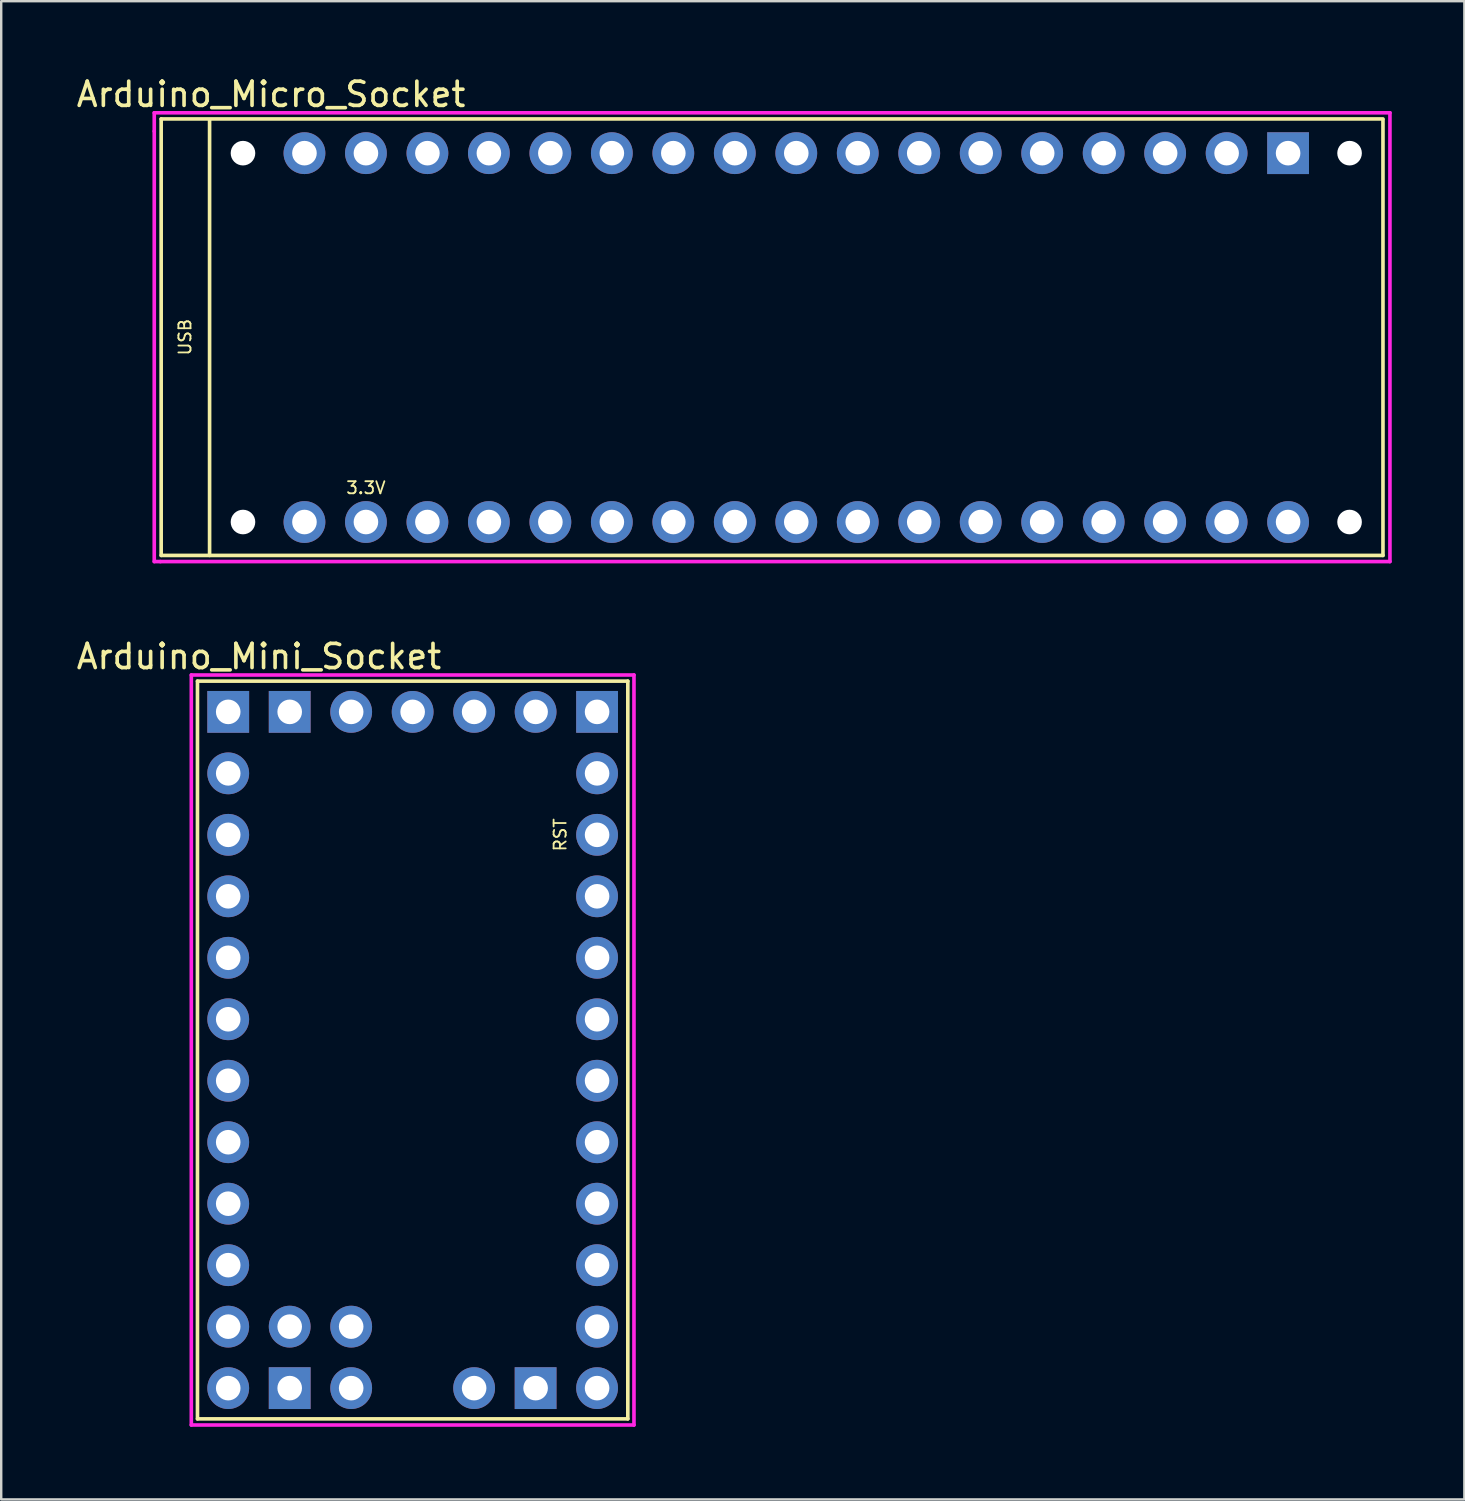
<source format=kicad_pcb>
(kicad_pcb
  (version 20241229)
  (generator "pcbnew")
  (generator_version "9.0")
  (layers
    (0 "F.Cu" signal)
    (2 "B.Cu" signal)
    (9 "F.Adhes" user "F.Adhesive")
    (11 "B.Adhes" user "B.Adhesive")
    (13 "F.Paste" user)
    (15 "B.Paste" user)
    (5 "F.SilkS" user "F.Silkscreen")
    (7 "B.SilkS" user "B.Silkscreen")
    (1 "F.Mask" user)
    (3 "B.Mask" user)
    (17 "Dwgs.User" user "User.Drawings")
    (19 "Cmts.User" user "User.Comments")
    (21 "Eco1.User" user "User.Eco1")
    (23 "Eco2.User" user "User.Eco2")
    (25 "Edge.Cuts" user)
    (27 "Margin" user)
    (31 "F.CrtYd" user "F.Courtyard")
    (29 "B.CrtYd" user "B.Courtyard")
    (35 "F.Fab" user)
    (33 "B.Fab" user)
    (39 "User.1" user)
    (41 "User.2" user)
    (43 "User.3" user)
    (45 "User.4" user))
  (footprint "Arduino_Micro_Socket"
    (layer "F.Cu")
    (at 5.609 19.898)
    (property "Reference" "Arduino_Micro_Socket" (at 2.54 -19.05 0) (layer "F.SilkS") (effects (font (size 1 1) (thickness 0.15))))
    (attr through_hole)
    (fp_line (start -2 -18.034) (end -2 0) (stroke (width 0.15) (type solid)) (layer "F.SilkS"))
    (fp_line (start -2 -18.034) (end 48.48 -18.034) (stroke (width 0.15) (type solid)) (layer "F.SilkS"))
    (fp_line (start -2 0) (end 48.48 0) (stroke (width 0.15) (type solid)) (layer "F.SilkS"))
    (fp_line (start 0 -18) (end 0 0) (stroke (width 0.15) (type solid)) (layer "F.SilkS"))
    (fp_line (start 48.48 -18) (end 48.48 0) (stroke (width 0.15) (type solid)) (layer "F.SilkS"))
    (fp_line (start -2.286 -18.288) (end 48.768 -18.288) (stroke (width 0.15) (type solid)) (layer "F.CrtYd"))
    (fp_line (start -2.286 -17.526) (end -2.286 -18.288) (stroke (width 0.15) (type solid)) (layer "F.CrtYd"))
    (fp_line (start -2.286 0.254) (end -2.286 -17.526) (stroke (width 0.15) (type solid)) (layer "F.CrtYd"))
    (fp_line (start -2.032 0.254) (end -2.286 0.254) (stroke (width 0.15) (type solid)) (layer "F.CrtYd"))
    (fp_line (start 48.768 -18.288) (end 48.768 0.254) (stroke (width 0.15) (type solid)) (layer "F.CrtYd"))
    (fp_line (start 48.768 0.254) (end -2.032 0.254) (stroke (width 0.15) (type solid)) (layer "F.CrtYd"))
    (fp_text user "USB" (at -1.016 -9.017 90) (layer "F.SilkS") (effects (font (size 0.5 0.5) (thickness 0.075))))
    (fp_text user "3.3V" (at 6.46 -2.794 0) (layer "F.SilkS") (effects (font (size 0.5 0.5) (thickness 0.075))))
    (pad "" np_thru_hole circle (at 1.38 -16.62) (size 1.016 1.016) (drill 1.016) (layers "*.Cu" "*.Mask"))
    (pad "" np_thru_hole circle (at 1.38 -1.38) (size 1.016 1.016) (drill 1.016) (layers "*.Cu" "*.Mask"))
    (pad "" thru_hole oval (at 26.78 -1.38) (size 1.727 1.727) (drill 1.016) (layers "*.Cu" "*.Mask"))
    (pad "" thru_hole oval (at 29.32 -1.38) (size 1.727 1.727) (drill 1.016) (layers "*.Cu" "*.Mask"))
    (pad "" np_thru_hole circle (at 47.1 -16.62) (size 1.016 1.016) (drill 1.016) (layers "*.Cu" "*.Mask"))
    (pad "" np_thru_hole circle (at 47.1 -1.38) (size 1.016 1.016) (drill 1.016) (layers "*.Cu" "*.Mask"))
    (pad "3V3" thru_hole oval (at 6.46 -1.38) (size 1.727 1.727) (drill 1.016) (layers "*.Cu" "*.Mask"))
    (pad "5V" thru_hole oval (at 31.86 -1.38) (size 1.727 1.727) (drill 1.016) (layers "*.Cu" "*.Mask"))
    (pad "A0" thru_hole oval (at 11.54 -1.38) (size 1.727 1.727) (drill 1.016) (layers "*.Cu" "*.Mask"))
    (pad "A1" thru_hole oval (at 14.08 -1.38) (size 1.727 1.727) (drill 1.016) (layers "*.Cu" "*.Mask"))
    (pad "A2" thru_hole oval (at 16.62 -1.38) (size 1.727 1.727) (drill 1.016) (layers "*.Cu" "*.Mask"))
    (pad "A3" thru_hole oval (at 19.16 -1.38) (size 1.727 1.727) (drill 1.016) (layers "*.Cu" "*.Mask"))
    (pad "A4" thru_hole oval (at 21.7 -1.38) (size 1.727 1.727) (drill 1.016) (layers "*.Cu" "*.Mask"))
    (pad "A5" thru_hole oval (at 24.24 -1.38) (size 1.727 1.727) (drill 1.016) (layers "*.Cu" "*.Mask"))
    (pad "AREF" thru_hole oval (at 9 -1.38) (size 1.727 1.727) (drill 1.016) (layers "*.Cu" "*.Mask"))
    (pad "D0" thru_hole oval (at 36.94 -16.62) (size 1.727 1.727) (drill 1.016) (layers "*.Cu" "*.Mask"))
    (pad "D1" thru_hole oval (at 39.48 -16.62) (size 1.727 1.727) (drill 1.016) (layers "*.Cu" "*.Mask"))
    (pad "D2" thru_hole oval (at 29.32 -16.62) (size 1.727 1.727) (drill 1.016) (layers "*.Cu" "*.Mask"))
    (pad "D3" thru_hole oval (at 26.78 -16.62) (size 1.727 1.727) (drill 1.016) (layers "*.Cu" "*.Mask"))
    (pad "D4" thru_hole oval (at 24.24 -16.62) (size 1.727 1.727) (drill 1.016) (layers "*.Cu" "*.Mask"))
    (pad "D5" thru_hole oval (at 21.7 -16.62) (size 1.727 1.727) (drill 1.016) (layers "*.Cu" "*.Mask"))
    (pad "D6" thru_hole oval (at 19.16 -16.62) (size 1.727 1.727) (drill 1.016) (layers "*.Cu" "*.Mask"))
    (pad "D7" thru_hole oval (at 16.62 -16.62) (size 1.727 1.727) (drill 1.016) (layers "*.Cu" "*.Mask"))
    (pad "D8" thru_hole oval (at 14.08 -16.62) (size 1.727 1.727) (drill 1.016) (layers "*.Cu" "*.Mask"))
    (pad "D9" thru_hole oval (at 11.54 -16.62) (size 1.727 1.727) (drill 1.016) (layers "*.Cu" "*.Mask"))
    (pad "D10" thru_hole oval (at 9 -16.62) (size 1.727 1.727) (drill 1.016) (layers "*.Cu" "*.Mask"))
    (pad "D11" thru_hole oval (at 6.46 -16.62) (size 1.727 1.727) (drill 1.016) (layers "*.Cu" "*.Mask"))
    (pad "D12" thru_hole oval (at 3.92 -16.62) (size 1.727 1.727) (drill 1.016) (layers "*.Cu" "*.Mask"))
    (pad "D13" thru_hole oval (at 3.92 -1.38) (size 1.727 1.727) (drill 1.016) (layers "*.Cu" "*.Mask"))
    (pad "GND1" thru_hole oval (at 36.94 -1.38) (size 1.727 1.727) (drill 1.016) (layers "*.Cu" "*.Mask"))
    (pad "GND2" thru_hole oval (at 31.86 -16.62) (size 1.727 1.727) (drill 1.016) (layers "*.Cu" "*.Mask"))
    (pad "MISO" thru_hole oval (at 42.02 -1.38) (size 1.727 1.727) (drill 1.016) (layers "*.Cu" "*.Mask"))
    (pad "MOSI" thru_hole rect (at 44.56 -16.62) (size 1.727 1.727) (drill 1.016) (layers "*.Cu" "*.Mask"))
    (pad "RST1" thru_hole oval (at 34.4 -1.38) (size 1.727 1.727) (drill 1.016) (layers "*.Cu" "*.Mask"))
    (pad "RST2" thru_hole oval (at 34.4 -16.62) (size 1.727 1.727) (drill 1.016) (layers "*.Cu" "*.Mask"))
    (pad "SCK" thru_hole oval (at 44.56 -1.38) (size 1.727 1.727) (drill 1.016) (layers "*.Cu" "*.Mask"))
    (pad "SS" thru_hole oval (at 42.02 -16.62) (size 1.727 1.727) (drill 1.016) (layers "*.Cu" "*.Mask"))
    (pad "VIN" thru_hole oval (at 39.48 -1.38) (size 1.727 1.727) (drill 1.016) (layers "*.Cu" "*.Mask")))
  (footprint "Arduino_Mini_Socket"
    (layer "F.Cu")
    (at 5.109 55.572)
    (property "Reference" "Arduino_Mini_Socket" (at 2.54 -31.496 0) (layer "F.SilkS") (effects (font (size 1 1) (thickness 0.15))))
    (attr through_hole)
    (fp_line (start 0 -30.48) (end 17.78 -30.48) (stroke (width 0.15) (type solid)) (layer "F.SilkS"))
    (fp_line (start 0 0) (end 0 -30.48) (stroke (width 0.15) (type solid)) (layer "F.SilkS"))
    (fp_line (start 17.78 -30.48) (end 17.78 0) (stroke (width 0.15) (type solid)) (layer "F.SilkS"))
    (fp_line (start 17.78 0) (end 0 0) (stroke (width 0.15) (type solid)) (layer "F.SilkS"))
    (fp_line (start -0.254 -30.734) (end 18.034 -30.734) (stroke (width 0.15) (type solid)) (layer "F.CrtYd"))
    (fp_line (start -0.254 0.254) (end -0.254 -30.734) (stroke (width 0.15) (type solid)) (layer "F.CrtYd"))
    (fp_line (start 18.034 -30.734) (end 18.034 0.254) (stroke (width 0.15) (type solid)) (layer "F.CrtYd"))
    (fp_line (start 18.034 0.254) (end -0.254 0.254) (stroke (width 0.15) (type solid)) (layer "F.CrtYd"))
    (fp_text user "RST" (at 14.986 -24.13 90) (layer "F.SilkS") (effects (font (size 0.5 0.5) (thickness 0.075))))
    (pad "5V1" thru_hole circle (at 16.51 -21.59) (size 1.727 1.727) (drill 1.016) (layers "*.Cu" "*.Mask"))
    (pad "5V2" thru_hole circle (at 11.43 -29.21) (size 1.727 1.727) (drill 1.016) (layers "*.Cu" "*.Mask"))
    (pad "5V3" thru_hole circle (at 11.43 -1.27) (size 1.727 1.727) (drill 1.016) (layers "*.Cu" "*.Mask"))
    (pad "A0" thru_hole circle (at 16.51 -11.43) (size 1.727 1.727) (drill 1.016) (layers "*.Cu" "*.Mask"))
    (pad "A1" thru_hole circle (at 16.51 -13.97) (size 1.727 1.727) (drill 1.016) (layers "*.Cu" "*.Mask"))
    (pad "A2" thru_hole circle (at 16.51 -16.51) (size 1.727 1.727) (drill 1.016) (layers "*.Cu" "*.Mask"))
    (pad "A3" thru_hole circle (at 16.51 -19.05) (size 1.727 1.727) (drill 1.016) (layers "*.Cu" "*.Mask"))
    (pad "A4" thru_hole rect (at 3.81 -1.27) (size 1.727 1.727) (drill 1.016) (layers "*.Cu" "*.Mask"))
    (pad "A5" thru_hole circle (at 6.35 -1.27) (size 1.727 1.727) (drill 1.016) (layers "*.Cu" "*.Mask"))
    (pad "A6" thru_hole circle (at 3.81 -3.81) (size 1.727 1.727) (drill 1.016) (layers "*.Cu" "*.Mask"))
    (pad "A7" thru_hole circle (at 6.35 -3.81) (size 1.727 1.727) (drill 1.016) (layers "*.Cu" "*.Mask"))
    (pad "D0" thru_hole circle (at 1.27 -26.67) (size 1.727 1.727) (drill 1.016) (layers "*.Cu" "*.Mask"))
    (pad "D1" thru_hole rect (at 1.27 -29.21) (size 1.727 1.727) (drill 1.016) (layers "*.Cu" "*.Mask"))
    (pad "D2" thru_hole circle (at 1.27 -19.05) (size 1.727 1.727) (drill 1.016) (layers "*.Cu" "*.Mask"))
    (pad "D3" thru_hole circle (at 1.27 -16.51) (size 1.727 1.727) (drill 1.016) (layers "*.Cu" "*.Mask"))
    (pad "D4" thru_hole circle (at 1.27 -13.97) (size 1.727 1.727) (drill 1.016) (layers "*.Cu" "*.Mask"))
    (pad "D5" thru_hole circle (at 1.27 -11.43) (size 1.727 1.727) (drill 1.016) (layers "*.Cu" "*.Mask"))
    (pad "D6" thru_hole circle (at 1.27 -8.89) (size 1.727 1.727) (drill 1.016) (layers "*.Cu" "*.Mask"))
    (pad "D7" thru_hole circle (at 1.27 -6.35) (size 1.727 1.727) (drill 1.016) (layers "*.Cu" "*.Mask"))
    (pad "D8" thru_hole circle (at 1.27 -3.81) (size 1.727 1.727) (drill 1.016) (layers "*.Cu" "*.Mask"))
    (pad "D9" thru_hole circle (at 1.27 -1.27) (size 1.727 1.727) (drill 1.016) (layers "*.Cu" "*.Mask"))
    (pad "D10" thru_hole circle (at 16.51 -1.27) (size 1.727 1.727) (drill 1.016) (layers "*.Cu" "*.Mask"))
    (pad "D11" thru_hole circle (at 16.51 -3.81) (size 1.727 1.727) (drill 1.016) (layers "*.Cu" "*.Mask"))
    (pad "D12" thru_hole circle (at 16.51 -6.35) (size 1.727 1.727) (drill 1.016) (layers "*.Cu" "*.Mask"))
    (pad "D13" thru_hole circle (at 16.51 -8.89) (size 1.727 1.727) (drill 1.016) (layers "*.Cu" "*.Mask"))
    (pad "GND2" thru_hole circle (at 16.51 -26.67) (size 1.727 1.727) (drill 1.016) (layers "*.Cu" "*.Mask"))
    (pad "GND3" thru_hole circle (at 13.97 -29.21) (size 1.727 1.727) (drill 1.016) (layers "*.Cu" "*.Mask"))
    (pad "GND4" thru_hole rect (at 13.97 -1.27) (size 1.727 1.727) (drill 1.016) (layers "*.Cu" "*.Mask"))
    (pad "L0" thru_hole circle (at 1.27 -24.13) (size 1.727 1.727) (drill 1.016) (layers "*.Cu" "*.Mask"))
    (pad "L1" thru_hole circle (at 1.27 -21.59) (size 1.727 1.727) (drill 1.016) (layers "*.Cu" "*.Mask"))
    (pad "L2" thru_hole rect (at 3.81 -29.21) (size 1.727 1.727) (drill 1.016) (layers "*.Cu" "*.Mask"))
    (pad "RST2" thru_hole circle (at 16.51 -24.13) (size 1.727 1.727) (drill 1.016) (layers "*.Cu" "*.Mask"))
    (pad "RX" thru_hole circle (at 8.89 -29.21) (size 1.727 1.727) (drill 1.016) (layers "*.Cu" "*.Mask"))
    (pad "TX" thru_hole circle (at 6.35 -29.21) (size 1.727 1.727) (drill 1.016) (layers "*.Cu" "*.Mask"))
    (pad "VIN" thru_hole rect (at 16.51 -29.21) (size 1.727 1.727) (drill 1.016) (layers "*.Cu" "*.Mask")))
  (gr_rect
    (start -3 -3)
    (end 57.452 58.901)
    (stroke (width 0.1) (type default))
    (fill no)
    (layer "Edge.Cuts")))
</source>
